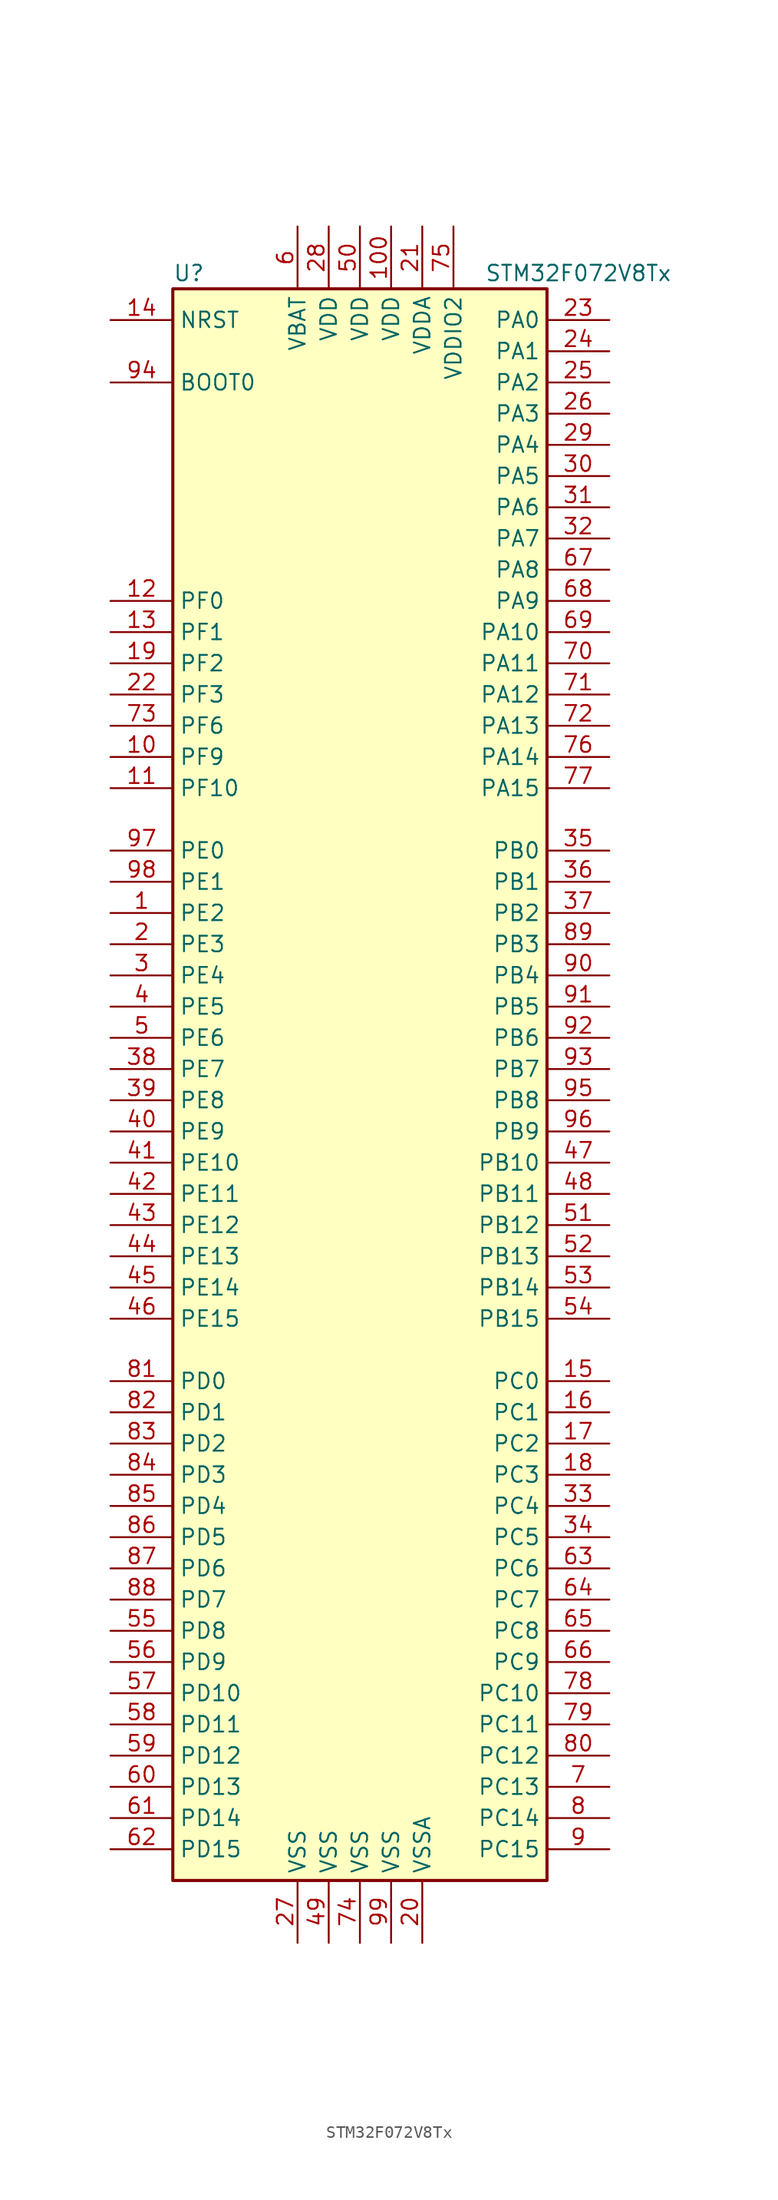
<source format=kicad_sym>
(kicad_symbol_lib
  (version 20201005)
  (generator kicad_symbol_editor)
  (symbol "STM32F072V8Tx"
    (property "Reference" "U"
      (at -15.24 64.77 0)
      (effects (font (size 1.27 1.27)) (justify left)))
    (property "Value" "STM32F072V8Tx"
      (at 10.16 64.77 0)
      (effects (font (size 1.27 1.27)) (justify left)))
    (symbol "STM32F072V8Tx_0_1"
      (rectangle (start -15.24 -66.04) (end 15.24 63.5) (stroke (width 0.254)) (fill (type background))))
    (symbol "STM32F072V8Tx_1_1"
      (pin input line (at -20.32 55.88 0) (length 5.08) (name "BOOT0" (effects (font (size 1.27 1.27)))) (number "94" (effects (font (size 1.27 1.27)))))
      (pin input line (at -20.32 60.96 0) (length 5.08) (name "NRST" (effects (font (size 1.27 1.27)))) (number "14" (effects (font (size 1.27 1.27)))))
      (pin bidirectional line (at 20.32 60.96 180) (length 5.08) (name "PA0" (effects (font (size 1.27 1.27)))) (number "23" (effects (font (size 1.27 1.27)))))
      (pin bidirectional line (at 20.32 58.42 180) (length 5.08) (name "PA1" (effects (font (size 1.27 1.27)))) (number "24" (effects (font (size 1.27 1.27)))))
      (pin bidirectional line (at 20.32 35.56 180) (length 5.08) (name "PA10" (effects (font (size 1.27 1.27)))) (number "69" (effects (font (size 1.27 1.27)))))
      (pin bidirectional line (at 20.32 33.02 180) (length 5.08) (name "PA11" (effects (font (size 1.27 1.27)))) (number "70" (effects (font (size 1.27 1.27)))))
      (pin bidirectional line (at 20.32 30.48 180) (length 5.08) (name "PA12" (effects (font (size 1.27 1.27)))) (number "71" (effects (font (size 1.27 1.27)))))
      (pin bidirectional line (at 20.32 27.94 180) (length 5.08) (name "PA13" (effects (font (size 1.27 1.27)))) (number "72" (effects (font (size 1.27 1.27)))))
      (pin bidirectional line (at 20.32 25.4 180) (length 5.08) (name "PA14" (effects (font (size 1.27 1.27)))) (number "76" (effects (font (size 1.27 1.27)))))
      (pin bidirectional line (at 20.32 22.86 180) (length 5.08) (name "PA15" (effects (font (size 1.27 1.27)))) (number "77" (effects (font (size 1.27 1.27)))))
      (pin bidirectional line (at 20.32 55.88 180) (length 5.08) (name "PA2" (effects (font (size 1.27 1.27)))) (number "25" (effects (font (size 1.27 1.27)))))
      (pin bidirectional line (at 20.32 53.34 180) (length 5.08) (name "PA3" (effects (font (size 1.27 1.27)))) (number "26" (effects (font (size 1.27 1.27)))))
      (pin bidirectional line (at 20.32 50.8 180) (length 5.08) (name "PA4" (effects (font (size 1.27 1.27)))) (number "29" (effects (font (size 1.27 1.27)))))
      (pin bidirectional line (at 20.32 48.26 180) (length 5.08) (name "PA5" (effects (font (size 1.27 1.27)))) (number "30" (effects (font (size 1.27 1.27)))))
      (pin bidirectional line (at 20.32 45.72 180) (length 5.08) (name "PA6" (effects (font (size 1.27 1.27)))) (number "31" (effects (font (size 1.27 1.27)))))
      (pin bidirectional line (at 20.32 43.18 180) (length 5.08) (name "PA7" (effects (font (size 1.27 1.27)))) (number "32" (effects (font (size 1.27 1.27)))))
      (pin bidirectional line (at 20.32 40.64 180) (length 5.08) (name "PA8" (effects (font (size 1.27 1.27)))) (number "67" (effects (font (size 1.27 1.27)))))
      (pin bidirectional line (at 20.32 38.1 180) (length 5.08) (name "PA9" (effects (font (size 1.27 1.27)))) (number "68" (effects (font (size 1.27 1.27)))))
      (pin bidirectional line (at 20.32 17.78 180) (length 5.08) (name "PB0" (effects (font (size 1.27 1.27)))) (number "35" (effects (font (size 1.27 1.27)))))
      (pin bidirectional line (at 20.32 15.24 180) (length 5.08) (name "PB1" (effects (font (size 1.27 1.27)))) (number "36" (effects (font (size 1.27 1.27)))))
      (pin bidirectional line (at 20.32 -7.62 180) (length 5.08) (name "PB10" (effects (font (size 1.27 1.27)))) (number "47" (effects (font (size 1.27 1.27)))))
      (pin bidirectional line (at 20.32 -10.16 180) (length 5.08) (name "PB11" (effects (font (size 1.27 1.27)))) (number "48" (effects (font (size 1.27 1.27)))))
      (pin bidirectional line (at 20.32 -12.7 180) (length 5.08) (name "PB12" (effects (font (size 1.27 1.27)))) (number "51" (effects (font (size 1.27 1.27)))))
      (pin bidirectional line (at 20.32 -15.24 180) (length 5.08) (name "PB13" (effects (font (size 1.27 1.27)))) (number "52" (effects (font (size 1.27 1.27)))))
      (pin bidirectional line (at 20.32 -17.78 180) (length 5.08) (name "PB14" (effects (font (size 1.27 1.27)))) (number "53" (effects (font (size 1.27 1.27)))))
      (pin bidirectional line (at 20.32 -20.32 180) (length 5.08) (name "PB15" (effects (font (size 1.27 1.27)))) (number "54" (effects (font (size 1.27 1.27)))))
      (pin bidirectional line (at 20.32 12.7 180) (length 5.08) (name "PB2" (effects (font (size 1.27 1.27)))) (number "37" (effects (font (size 1.27 1.27)))))
      (pin bidirectional line (at 20.32 10.16 180) (length 5.08) (name "PB3" (effects (font (size 1.27 1.27)))) (number "89" (effects (font (size 1.27 1.27)))))
      (pin bidirectional line (at 20.32 7.62 180) (length 5.08) (name "PB4" (effects (font (size 1.27 1.27)))) (number "90" (effects (font (size 1.27 1.27)))))
      (pin bidirectional line (at 20.32 5.08 180) (length 5.08) (name "PB5" (effects (font (size 1.27 1.27)))) (number "91" (effects (font (size 1.27 1.27)))))
      (pin bidirectional line (at 20.32 2.54 180) (length 5.08) (name "PB6" (effects (font (size 1.27 1.27)))) (number "92" (effects (font (size 1.27 1.27)))))
      (pin bidirectional line (at 20.32 0 180) (length 5.08) (name "PB7" (effects (font (size 1.27 1.27)))) (number "93" (effects (font (size 1.27 1.27)))))
      (pin bidirectional line (at 20.32 -2.54 180) (length 5.08) (name "PB8" (effects (font (size 1.27 1.27)))) (number "95" (effects (font (size 1.27 1.27)))))
      (pin bidirectional line (at 20.32 -5.08 180) (length 5.08) (name "PB9" (effects (font (size 1.27 1.27)))) (number "96" (effects (font (size 1.27 1.27)))))
      (pin bidirectional line (at 20.32 -25.4 180) (length 5.08) (name "PC0" (effects (font (size 1.27 1.27)))) (number "15" (effects (font (size 1.27 1.27)))))
      (pin bidirectional line (at 20.32 -27.94 180) (length 5.08) (name "PC1" (effects (font (size 1.27 1.27)))) (number "16" (effects (font (size 1.27 1.27)))))
      (pin bidirectional line (at 20.32 -50.8 180) (length 5.08) (name "PC10" (effects (font (size 1.27 1.27)))) (number "78" (effects (font (size 1.27 1.27)))))
      (pin bidirectional line (at 20.32 -53.34 180) (length 5.08) (name "PC11" (effects (font (size 1.27 1.27)))) (number "79" (effects (font (size 1.27 1.27)))))
      (pin bidirectional line (at 20.32 -55.88 180) (length 5.08) (name "PC12" (effects (font (size 1.27 1.27)))) (number "80" (effects (font (size 1.27 1.27)))))
      (pin bidirectional line (at 20.32 -58.42 180) (length 5.08) (name "PC13" (effects (font (size 1.27 1.27)))) (number "7" (effects (font (size 1.27 1.27)))))
      (pin bidirectional line (at 20.32 -60.96 180) (length 5.08) (name "PC14" (effects (font (size 1.27 1.27)))) (number "8" (effects (font (size 1.27 1.27)))))
      (pin bidirectional line (at 20.32 -63.5 180) (length 5.08) (name "PC15" (effects (font (size 1.27 1.27)))) (number "9" (effects (font (size 1.27 1.27)))))
      (pin bidirectional line (at 20.32 -30.48 180) (length 5.08) (name "PC2" (effects (font (size 1.27 1.27)))) (number "17" (effects (font (size 1.27 1.27)))))
      (pin bidirectional line (at 20.32 -33.02 180) (length 5.08) (name "PC3" (effects (font (size 1.27 1.27)))) (number "18" (effects (font (size 1.27 1.27)))))
      (pin bidirectional line (at 20.32 -35.56 180) (length 5.08) (name "PC4" (effects (font (size 1.27 1.27)))) (number "33" (effects (font (size 1.27 1.27)))))
      (pin bidirectional line (at 20.32 -38.1 180) (length 5.08) (name "PC5" (effects (font (size 1.27 1.27)))) (number "34" (effects (font (size 1.27 1.27)))))
      (pin bidirectional line (at 20.32 -40.64 180) (length 5.08) (name "PC6" (effects (font (size 1.27 1.27)))) (number "63" (effects (font (size 1.27 1.27)))))
      (pin bidirectional line (at 20.32 -43.18 180) (length 5.08) (name "PC7" (effects (font (size 1.27 1.27)))) (number "64" (effects (font (size 1.27 1.27)))))
      (pin bidirectional line (at 20.32 -45.72 180) (length 5.08) (name "PC8" (effects (font (size 1.27 1.27)))) (number "65" (effects (font (size 1.27 1.27)))))
      (pin bidirectional line (at 20.32 -48.26 180) (length 5.08) (name "PC9" (effects (font (size 1.27 1.27)))) (number "66" (effects (font (size 1.27 1.27)))))
      (pin bidirectional line (at -20.32 -25.4 0) (length 5.08) (name "PD0" (effects (font (size 1.27 1.27)))) (number "81" (effects (font (size 1.27 1.27)))))
      (pin bidirectional line (at -20.32 -27.94 0) (length 5.08) (name "PD1" (effects (font (size 1.27 1.27)))) (number "82" (effects (font (size 1.27 1.27)))))
      (pin bidirectional line (at -20.32 -50.8 0) (length 5.08) (name "PD10" (effects (font (size 1.27 1.27)))) (number "57" (effects (font (size 1.27 1.27)))))
      (pin bidirectional line (at -20.32 -53.34 0) (length 5.08) (name "PD11" (effects (font (size 1.27 1.27)))) (number "58" (effects (font (size 1.27 1.27)))))
      (pin bidirectional line (at -20.32 -55.88 0) (length 5.08) (name "PD12" (effects (font (size 1.27 1.27)))) (number "59" (effects (font (size 1.27 1.27)))))
      (pin bidirectional line (at -20.32 -58.42 0) (length 5.08) (name "PD13" (effects (font (size 1.27 1.27)))) (number "60" (effects (font (size 1.27 1.27)))))
      (pin bidirectional line (at -20.32 -60.96 0) (length 5.08) (name "PD14" (effects (font (size 1.27 1.27)))) (number "61" (effects (font (size 1.27 1.27)))))
      (pin bidirectional line (at -20.32 -63.5 0) (length 5.08) (name "PD15" (effects (font (size 1.27 1.27)))) (number "62" (effects (font (size 1.27 1.27)))))
      (pin bidirectional line (at -20.32 -30.48 0) (length 5.08) (name "PD2" (effects (font (size 1.27 1.27)))) (number "83" (effects (font (size 1.27 1.27)))))
      (pin bidirectional line (at -20.32 -33.02 0) (length 5.08) (name "PD3" (effects (font (size 1.27 1.27)))) (number "84" (effects (font (size 1.27 1.27)))))
      (pin bidirectional line (at -20.32 -35.56 0) (length 5.08) (name "PD4" (effects (font (size 1.27 1.27)))) (number "85" (effects (font (size 1.27 1.27)))))
      (pin bidirectional line (at -20.32 -38.1 0) (length 5.08) (name "PD5" (effects (font (size 1.27 1.27)))) (number "86" (effects (font (size 1.27 1.27)))))
      (pin bidirectional line (at -20.32 -40.64 0) (length 5.08) (name "PD6" (effects (font (size 1.27 1.27)))) (number "87" (effects (font (size 1.27 1.27)))))
      (pin bidirectional line (at -20.32 -43.18 0) (length 5.08) (name "PD7" (effects (font (size 1.27 1.27)))) (number "88" (effects (font (size 1.27 1.27)))))
      (pin bidirectional line (at -20.32 -45.72 0) (length 5.08) (name "PD8" (effects (font (size 1.27 1.27)))) (number "55" (effects (font (size 1.27 1.27)))))
      (pin bidirectional line (at -20.32 -48.26 0) (length 5.08) (name "PD9" (effects (font (size 1.27 1.27)))) (number "56" (effects (font (size 1.27 1.27)))))
      (pin bidirectional line (at -20.32 17.78 0) (length 5.08) (name "PE0" (effects (font (size 1.27 1.27)))) (number "97" (effects (font (size 1.27 1.27)))))
      (pin bidirectional line (at -20.32 15.24 0) (length 5.08) (name "PE1" (effects (font (size 1.27 1.27)))) (number "98" (effects (font (size 1.27 1.27)))))
      (pin bidirectional line (at -20.32 -7.62 0) (length 5.08) (name "PE10" (effects (font (size 1.27 1.27)))) (number "41" (effects (font (size 1.27 1.27)))))
      (pin bidirectional line (at -20.32 -10.16 0) (length 5.08) (name "PE11" (effects (font (size 1.27 1.27)))) (number "42" (effects (font (size 1.27 1.27)))))
      (pin bidirectional line (at -20.32 -12.7 0) (length 5.08) (name "PE12" (effects (font (size 1.27 1.27)))) (number "43" (effects (font (size 1.27 1.27)))))
      (pin bidirectional line (at -20.32 -15.24 0) (length 5.08) (name "PE13" (effects (font (size 1.27 1.27)))) (number "44" (effects (font (size 1.27 1.27)))))
      (pin bidirectional line (at -20.32 -17.78 0) (length 5.08) (name "PE14" (effects (font (size 1.27 1.27)))) (number "45" (effects (font (size 1.27 1.27)))))
      (pin bidirectional line (at -20.32 -20.32 0) (length 5.08) (name "PE15" (effects (font (size 1.27 1.27)))) (number "46" (effects (font (size 1.27 1.27)))))
      (pin bidirectional line (at -20.32 12.7 0) (length 5.08) (name "PE2" (effects (font (size 1.27 1.27)))) (number "1" (effects (font (size 1.27 1.27)))))
      (pin bidirectional line (at -20.32 10.16 0) (length 5.08) (name "PE3" (effects (font (size 1.27 1.27)))) (number "2" (effects (font (size 1.27 1.27)))))
      (pin bidirectional line (at -20.32 7.62 0) (length 5.08) (name "PE4" (effects (font (size 1.27 1.27)))) (number "3" (effects (font (size 1.27 1.27)))))
      (pin bidirectional line (at -20.32 5.08 0) (length 5.08) (name "PE5" (effects (font (size 1.27 1.27)))) (number "4" (effects (font (size 1.27 1.27)))))
      (pin bidirectional line (at -20.32 2.54 0) (length 5.08) (name "PE6" (effects (font (size 1.27 1.27)))) (number "5" (effects (font (size 1.27 1.27)))))
      (pin bidirectional line (at -20.32 0 0) (length 5.08) (name "PE7" (effects (font (size 1.27 1.27)))) (number "38" (effects (font (size 1.27 1.27)))))
      (pin bidirectional line (at -20.32 -2.54 0) (length 5.08) (name "PE8" (effects (font (size 1.27 1.27)))) (number "39" (effects (font (size 1.27 1.27)))))
      (pin bidirectional line (at -20.32 -5.08 0) (length 5.08) (name "PE9" (effects (font (size 1.27 1.27)))) (number "40" (effects (font (size 1.27 1.27)))))
      (pin input line (at -20.32 38.1 0) (length 5.08) (name "PF0" (effects (font (size 1.27 1.27)))) (number "12" (effects (font (size 1.27 1.27)))))
      (pin input line (at -20.32 35.56 0) (length 5.08) (name "PF1" (effects (font (size 1.27 1.27)))) (number "13" (effects (font (size 1.27 1.27)))))
      (pin bidirectional line (at -20.32 22.86 0) (length 5.08) (name "PF10" (effects (font (size 1.27 1.27)))) (number "11" (effects (font (size 1.27 1.27)))))
      (pin bidirectional line (at -20.32 33.02 0) (length 5.08) (name "PF2" (effects (font (size 1.27 1.27)))) (number "19" (effects (font (size 1.27 1.27)))))
      (pin bidirectional line (at -20.32 30.48 0) (length 5.08) (name "PF3" (effects (font (size 1.27 1.27)))) (number "22" (effects (font (size 1.27 1.27)))))
      (pin bidirectional line (at -20.32 27.94 0) (length 5.08) (name "PF6" (effects (font (size 1.27 1.27)))) (number "73" (effects (font (size 1.27 1.27)))))
      (pin bidirectional line (at -20.32 25.4 0) (length 5.08) (name "PF9" (effects (font (size 1.27 1.27)))) (number "10" (effects (font (size 1.27 1.27)))))
      (pin power_in line (at -5.08 68.58 270) (length 5.08) (name "VBAT" (effects (font (size 1.27 1.27)))) (number "6" (effects (font (size 1.27 1.27)))))
      (pin power_in line (at 2.54 68.58 270) (length 5.08) (name "VDD" (effects (font (size 1.27 1.27)))) (number "100" (effects (font (size 1.27 1.27)))))
      (pin power_in line (at -2.54 68.58 270) (length 5.08) (name "VDD" (effects (font (size 1.27 1.27)))) (number "28" (effects (font (size 1.27 1.27)))))
      (pin power_in line (at 0 68.58 270) (length 5.08) (name "VDD" (effects (font (size 1.27 1.27)))) (number "50" (effects (font (size 1.27 1.27)))))
      (pin power_in line (at 5.08 68.58 270) (length 5.08) (name "VDDA" (effects (font (size 1.27 1.27)))) (number "21" (effects (font (size 1.27 1.27)))))
      (pin power_in line (at 7.62 68.58 270) (length 5.08) (name "VDDIO2" (effects (font (size 1.27 1.27)))) (number "75" (effects (font (size 1.27 1.27)))))
      (pin power_in line (at -5.08 -71.12 90) (length 5.08) (name "VSS" (effects (font (size 1.27 1.27)))) (number "27" (effects (font (size 1.27 1.27)))))
      (pin power_in line (at -2.54 -71.12 90) (length 5.08) (name "VSS" (effects (font (size 1.27 1.27)))) (number "49" (effects (font (size 1.27 1.27)))))
      (pin power_in line (at 0 -71.12 90) (length 5.08) (name "VSS" (effects (font (size 1.27 1.27)))) (number "74" (effects (font (size 1.27 1.27)))))
      (pin power_in line (at 2.54 -71.12 90) (length 5.08) (name "VSS" (effects (font (size 1.27 1.27)))) (number "99" (effects (font (size 1.27 1.27)))))
      (pin power_in line (at 5.08 -71.12 90) (length 5.08) (name "VSSA" (effects (font (size 1.27 1.27)))) (number "20" (effects (font (size 1.27 1.27))))))))
</source>
